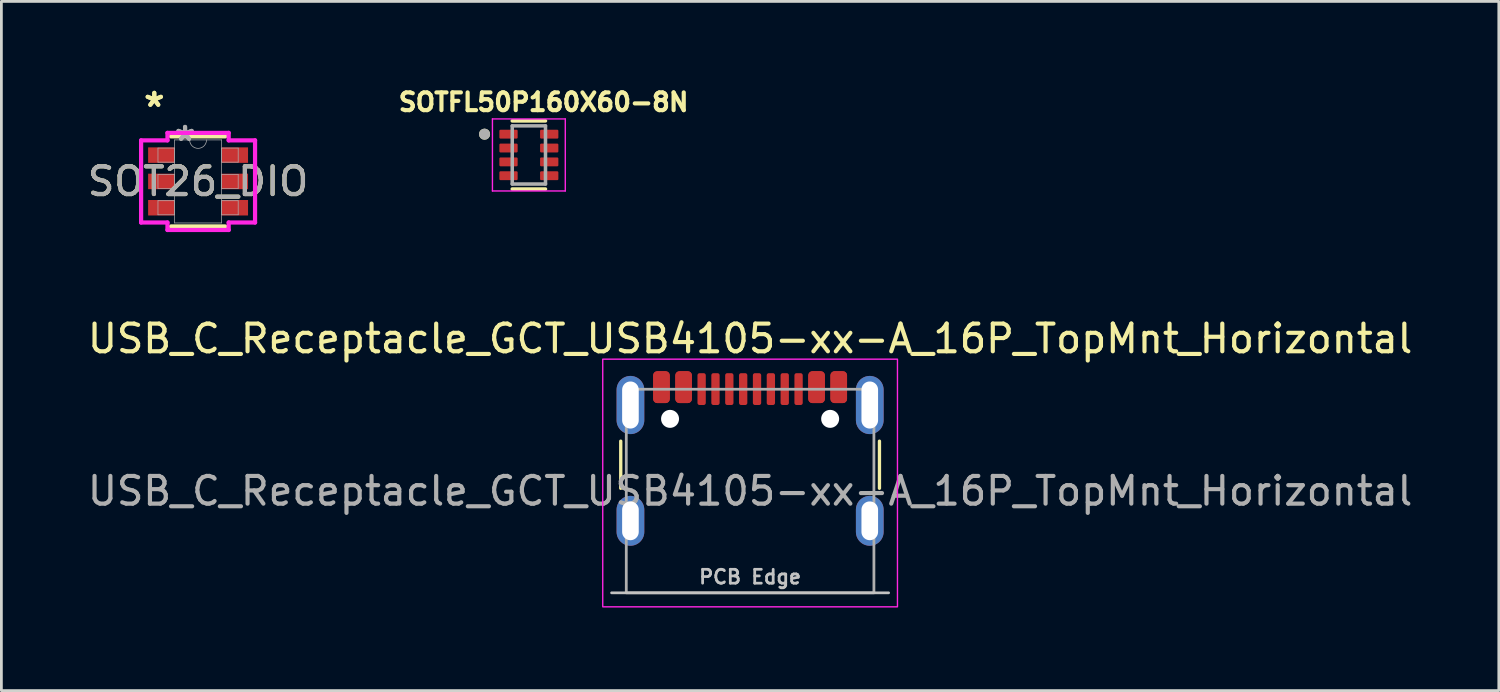
<source format=kicad_pcb>
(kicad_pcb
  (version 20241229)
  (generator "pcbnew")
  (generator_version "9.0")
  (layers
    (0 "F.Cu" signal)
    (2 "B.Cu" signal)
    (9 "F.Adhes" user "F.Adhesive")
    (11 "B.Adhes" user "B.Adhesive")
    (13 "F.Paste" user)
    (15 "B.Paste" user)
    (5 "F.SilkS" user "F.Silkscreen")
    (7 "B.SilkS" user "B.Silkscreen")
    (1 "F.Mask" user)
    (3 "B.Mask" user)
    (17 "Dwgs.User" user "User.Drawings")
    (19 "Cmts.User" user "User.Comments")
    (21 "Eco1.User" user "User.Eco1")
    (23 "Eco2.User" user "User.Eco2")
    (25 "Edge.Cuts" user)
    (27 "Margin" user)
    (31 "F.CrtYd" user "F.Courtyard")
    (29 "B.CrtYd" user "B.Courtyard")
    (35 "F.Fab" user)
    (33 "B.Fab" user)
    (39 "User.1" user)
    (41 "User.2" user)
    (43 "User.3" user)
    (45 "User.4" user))
  (footprint "USB_C_Receptacle_GCT_USB4105-xx-A_16P_TopMnt_Horizontal"
    (layer "F.Cu")
    (at 24.03 14.677)
    (property "Reference" "USB_C_Receptacle_GCT_USB4105-xx-A_16P_TopMnt_Horizontal" (at 0 -5.5 0) (unlocked yes) (layer "F.SilkS") (effects (font (size 1 1) (thickness 0.15))))
    (attr smd)
    (fp_line (start -4.67 -0.1) (end -4.67 -1.8) (stroke (width 0.12) (type solid)) (layer "F.SilkS"))
    (fp_line (start 4.67 -0.1) (end 4.67 -1.8) (stroke (width 0.12) (type solid)) (layer "F.SilkS"))
    (fp_line (start 5 3.675) (end -5 3.675) (stroke (width 0.1) (type solid)) (layer "Dwgs.User"))
    (fp_rect (start -5.32 -4.76) (end 5.32 4.18) (stroke (width 0.05) (type solid)) (fill no) (layer "F.CrtYd"))
    (fp_rect (start -4.47 -3.675) (end 4.47 3.675) (stroke (width 0.1) (type solid)) (fill no) (layer "F.Fab"))
    (fp_text user "PCB Edge" (at 0 3.1 0) (unlocked yes) (layer "Dwgs.User") (effects (font (size 0.5 0.5) (thickness 0.1))))
    (fp_text user "${REFERENCE}" (at 0 0 0) (unlocked yes) (layer "F.Fab") (effects (font (size 1 1) (thickness 0.15))))
    (pad "" np_thru_hole circle (at -2.89 -2.605) (size 0.65 0.65) (drill 0.65) (layers "*.Cu" "*.Mask"))
    (pad "" np_thru_hole circle (at 2.89 -2.605) (size 0.65 0.65) (drill 0.65) (layers "*.Cu" "*.Mask"))
    (pad "A1" smd roundrect (at -3.2 -3.75) (size 0.6 1.15) (layers "F.Cu" "F.Mask" "F.Paste") (roundrect_rratio 0.25))
    (pad "A4" smd roundrect (at -2.4 -3.75) (size 0.6 1.15) (layers "F.Cu" "F.Mask" "F.Paste") (roundrect_rratio 0.25))
    (pad "A5" smd roundrect (at -1.25 -3.68) (size 0.3 1.15) (layers "F.Cu" "F.Mask" "F.Paste") (roundrect_rratio 0.25))
    (pad "A6" smd roundrect (at -0.25 -3.68) (size 0.3 1.15) (layers "F.Cu" "F.Mask" "F.Paste") (roundrect_rratio 0.25))
    (pad "A7" smd roundrect (at 0.25 -3.68) (size 0.3 1.15) (layers "F.Cu" "F.Mask" "F.Paste") (roundrect_rratio 0.25))
    (pad "A8" smd roundrect (at 1.25 -3.68) (size 0.3 1.15) (layers "F.Cu" "F.Mask" "F.Paste") (roundrect_rratio 0.25))
    (pad "A9" smd roundrect (at 2.4 -3.75) (size 0.6 1.15) (layers "F.Cu" "F.Mask" "F.Paste") (roundrect_rratio 0.25))
    (pad "A12" smd roundrect (at 3.2 -3.75) (size 0.6 1.15) (layers "F.Cu" "F.Mask" "F.Paste") (roundrect_rratio 0.25))
    (pad "B1" smd roundrect (at 3.2 -3.75) (size 0.6 1.15) (layers "F.Cu" "F.Mask" "F.Paste") (roundrect_rratio 0.25))
    (pad "B4" smd roundrect (at 2.4 -3.75) (size 0.6 1.15) (layers "F.Cu" "F.Mask" "F.Paste") (roundrect_rratio 0.25))
    (pad "B5" smd roundrect (at 1.75 -3.68) (size 0.3 1.15) (layers "F.Cu" "F.Mask" "F.Paste") (roundrect_rratio 0.25))
    (pad "B6" smd roundrect (at 0.75 -3.68) (size 0.3 1.15) (layers "F.Cu" "F.Mask" "F.Paste") (roundrect_rratio 0.25))
    (pad "B7" smd roundrect (at -0.75 -3.68) (size 0.3 1.15) (layers "F.Cu" "F.Mask" "F.Paste") (roundrect_rratio 0.25))
    (pad "B8" smd roundrect (at -1.75 -3.68) (size 0.3 1.15) (layers "F.Cu" "F.Mask" "F.Paste") (roundrect_rratio 0.25))
    (pad "B9" smd roundrect (at -2.4 -3.75) (size 0.6 1.15) (layers "F.Cu" "F.Mask" "F.Paste") (roundrect_rratio 0.25))
    (pad "B12" smd roundrect (at -3.2 -3.75) (size 0.6 1.15) (layers "F.Cu" "F.Mask" "F.Paste") (roundrect_rratio 0.25))
    (pad "S1" thru_hole oval (at -4.32 -3.105) (size 1 2.1) (drill oval 0.6 1.7) (layers "*.Cu" "*.Mask" "F.Paste"))
    (pad "S1" thru_hole oval (at -4.32 1.075) (size 1 1.8) (drill oval 0.6 1.4) (layers "*.Cu" "*.Mask" "F.Paste"))
    (pad "S1" thru_hole oval (at 4.32 -3.105) (size 1 2.1) (drill oval 0.6 1.7) (layers "*.Cu" "*.Mask" "F.Paste"))
    (pad "S1" thru_hole oval (at 4.32 1.075) (size 1 1.8) (drill oval 0.6 1.4) (layers "*.Cu" "*.Mask" "F.Paste")))
  (footprint "SOTFL50P160X60-8N"
    (layer "F.Cu")
    (at 16.043 2.544)
    (property "Reference" "SOTFL50P160X60-8N" (at 0.532 -1.906 0) (layer "F.SilkS") (effects (font (size 0.64 0.64) (thickness 0.15))))
    (attr smd)
    (fp_line (start -0.6 -1.23) (end 0.6 -1.23) (stroke (width 0.127) (type solid)) (layer "F.SilkS"))
    (fp_line (start -0.6 1.23) (end 0.6 1.23) (stroke (width 0.127) (type solid)) (layer "F.SilkS"))
    (fp_circle (center -1.6 -0.75) (end -1.5 -0.75) (stroke (width 0.2) (type solid)) (fill no) (layer "F.SilkS"))
    (fp_line (start -1.315 -1.3) (end -1.315 1.3) (stroke (width 0.05) (type solid)) (layer "F.CrtYd"))
    (fp_line (start -1.315 1.3) (end 1.315 1.3) (stroke (width 0.05) (type solid)) (layer "F.CrtYd"))
    (fp_line (start 1.315 -1.3) (end -1.315 -1.3) (stroke (width 0.05) (type solid)) (layer "F.CrtYd"))
    (fp_line (start 1.315 1.3) (end 1.315 -1.3) (stroke (width 0.05) (type solid)) (layer "F.CrtYd"))
    (fp_line (start -0.6 -1.05) (end -0.6 1.05) (stroke (width 0.127) (type solid)) (layer "F.Fab"))
    (fp_line (start -0.6 1.05) (end 0.6 1.05) (stroke (width 0.127) (type solid)) (layer "F.Fab"))
    (fp_line (start 0.6 -1.05) (end -0.6 -1.05) (stroke (width 0.127) (type solid)) (layer "F.Fab"))
    (fp_line (start 0.6 1.05) (end 0.6 -1.05) (stroke (width 0.127) (type solid)) (layer "F.Fab"))
    (fp_circle (center -1.6 -0.75) (end -1.5 -0.75) (stroke (width 0.2) (type solid)) (fill no) (layer "F.Fab"))
    (pad "1" smd roundrect (at -0.735 -0.75) (size 0.66 0.32) (layers "F.Cu" "F.Mask" "F.Paste") (roundrect_rratio 0.125))
    (pad "2" smd roundrect (at -0.735 -0.25) (size 0.66 0.32) (layers "F.Cu" "F.Mask" "F.Paste") (roundrect_rratio 0.125))
    (pad "3" smd roundrect (at -0.735 0.25) (size 0.66 0.32) (layers "F.Cu" "F.Mask" "F.Paste") (roundrect_rratio 0.125))
    (pad "4" smd roundrect (at -0.735 0.75) (size 0.66 0.32) (layers "F.Cu" "F.Mask" "F.Paste") (roundrect_rratio 0.125))
    (pad "5" smd roundrect (at 0.735 0.75) (size 0.66 0.32) (layers "F.Cu" "F.Mask" "F.Paste") (roundrect_rratio 0.125))
    (pad "6" smd roundrect (at 0.735 0.25) (size 0.66 0.32) (layers "F.Cu" "F.Mask" "F.Paste") (roundrect_rratio 0.125))
    (pad "7" smd roundrect (at 0.735 -0.25) (size 0.66 0.32) (layers "F.Cu" "F.Mask" "F.Paste") (roundrect_rratio 0.125))
    (pad "8" smd roundrect (at 0.735 -0.75) (size 0.66 0.32) (layers "F.Cu" "F.Mask" "F.Paste") (roundrect_rratio 0.125)))
  (footprint "SOT26_DIO"
    (layer "F.Cu")
    (at 4.101 3.5)
    (property "Reference" "SOT26_DIO" (at 0 0 0) (unlocked yes) (layer "F.SilkS") (effects (font (size 1 1) (thickness 0.15))))
    (attr smd)
    (fp_line (start -0.978 1.626) (end 0.978 1.626) (stroke (width 0.152) (type solid)) (layer "F.SilkS"))
    (fp_line (start 0.978 -1.626) (end -0.978 -1.626) (stroke (width 0.152) (type solid)) (layer "F.SilkS"))
    (fp_line (start -2.057 -1.483) (end -1.105 -1.483) (stroke (width 0.152) (type solid)) (layer "F.CrtYd"))
    (fp_line (start -2.057 1.483) (end -2.057 -1.483) (stroke (width 0.152) (type solid)) (layer "F.CrtYd"))
    (fp_line (start -2.057 1.483) (end -1.105 1.483) (stroke (width 0.152) (type solid)) (layer "F.CrtYd"))
    (fp_line (start -1.105 -1.753) (end 1.105 -1.753) (stroke (width 0.152) (type solid)) (layer "F.CrtYd"))
    (fp_line (start -1.105 -1.483) (end -1.105 -1.753) (stroke (width 0.152) (type solid)) (layer "F.CrtYd"))
    (fp_line (start -1.105 1.753) (end -1.105 1.483) (stroke (width 0.152) (type solid)) (layer "F.CrtYd"))
    (fp_line (start 1.105 -1.753) (end 1.105 -1.483) (stroke (width 0.152) (type solid)) (layer "F.CrtYd"))
    (fp_line (start 1.105 1.483) (end 1.105 1.753) (stroke (width 0.152) (type solid)) (layer "F.CrtYd"))
    (fp_line (start 1.105 1.753) (end -1.105 1.753) (stroke (width 0.152) (type solid)) (layer "F.CrtYd"))
    (fp_line (start 2.057 -1.483) (end 1.105 -1.483) (stroke (width 0.152) (type solid)) (layer "F.CrtYd"))
    (fp_line (start 2.057 -1.483) (end 2.057 1.483) (stroke (width 0.152) (type solid)) (layer "F.CrtYd"))
    (fp_line (start 2.057 1.483) (end 1.105 1.483) (stroke (width 0.152) (type solid)) (layer "F.CrtYd"))
    (fp_line (start -1.448 -1.204) (end -1.448 -0.696) (stroke (width 0.025) (type solid)) (layer "F.Fab"))
    (fp_line (start -1.448 -0.696) (end -0.851 -0.696) (stroke (width 0.025) (type solid)) (layer "F.Fab"))
    (fp_line (start -1.448 -0.254) (end -1.448 0.254) (stroke (width 0.025) (type solid)) (layer "F.Fab"))
    (fp_line (start -1.448 0.254) (end -0.851 0.254) (stroke (width 0.025) (type solid)) (layer "F.Fab"))
    (fp_line (start -1.448 0.696) (end -1.448 1.204) (stroke (width 0.025) (type solid)) (layer "F.Fab"))
    (fp_line (start -1.448 1.204) (end -0.851 1.204) (stroke (width 0.025) (type solid)) (layer "F.Fab"))
    (fp_line (start -0.851 -1.499) (end -0.851 1.499) (stroke (width 0.025) (type solid)) (layer "F.Fab"))
    (fp_line (start -0.851 -1.204) (end -1.448 -1.204) (stroke (width 0.025) (type solid)) (layer "F.Fab"))
    (fp_line (start -0.851 -0.696) (end -0.851 -1.204) (stroke (width 0.025) (type solid)) (layer "F.Fab"))
    (fp_line (start -0.851 -0.254) (end -1.448 -0.254) (stroke (width 0.025) (type solid)) (layer "F.Fab"))
    (fp_line (start -0.851 0.254) (end -0.851 -0.254) (stroke (width 0.025) (type solid)) (layer "F.Fab"))
    (fp_line (start -0.851 0.696) (end -1.448 0.696) (stroke (width 0.025) (type solid)) (layer "F.Fab"))
    (fp_line (start -0.851 1.204) (end -0.851 0.696) (stroke (width 0.025) (type solid)) (layer "F.Fab"))
    (fp_line (start -0.851 1.499) (end 0.851 1.499) (stroke (width 0.025) (type solid)) (layer "F.Fab"))
    (fp_line (start 0.851 -1.499) (end -0.851 -1.499) (stroke (width 0.025) (type solid)) (layer "F.Fab"))
    (fp_line (start 0.851 -1.204) (end 0.851 -0.696) (stroke (width 0.025) (type solid)) (layer "F.Fab"))
    (fp_line (start 0.851 -0.696) (end 1.448 -0.696) (stroke (width 0.025) (type solid)) (layer "F.Fab"))
    (fp_line (start 0.851 -0.254) (end 0.851 0.254) (stroke (width 0.025) (type solid)) (layer "F.Fab"))
    (fp_line (start 0.851 0.254) (end 1.448 0.254) (stroke (width 0.025) (type solid)) (layer "F.Fab"))
    (fp_line (start 0.851 0.696) (end 0.851 1.204) (stroke (width 0.025) (type solid)) (layer "F.Fab"))
    (fp_line (start 0.851 1.204) (end 1.448 1.204) (stroke (width 0.025) (type solid)) (layer "F.Fab"))
    (fp_line (start 0.851 1.499) (end 0.851 -1.499) (stroke (width 0.025) (type solid)) (layer "F.Fab"))
    (fp_line (start 1.448 -1.204) (end 0.851 -1.204) (stroke (width 0.025) (type solid)) (layer "F.Fab"))
    (fp_line (start 1.448 -0.696) (end 1.448 -1.204) (stroke (width 0.025) (type solid)) (layer "F.Fab"))
    (fp_line (start 1.448 -0.254) (end 0.851 -0.254) (stroke (width 0.025) (type solid)) (layer "F.Fab"))
    (fp_line (start 1.448 0.254) (end 1.448 -0.254) (stroke (width 0.025) (type solid)) (layer "F.Fab"))
    (fp_line (start 1.448 0.696) (end 0.851 0.696) (stroke (width 0.025) (type solid)) (layer "F.Fab"))
    (fp_line (start 1.448 1.204) (end 1.448 0.696) (stroke (width 0.025) (type solid)) (layer "F.Fab"))
    (fp_arc (start 0.3048 -1.4986) (mid 0 -1.1938) (end -0.3048 -1.4986) (stroke (width 0.0254) (type solid)) (layer "F.Fab"))
    (fp_text user "*" (at -1.581 -2.652 0) (unlocked yes) (layer "F.SilkS") (effects (font (size 1 1) (thickness 0.15))))
    (fp_text user "*" (at -1.581 -2.652 0) (layer "F.SilkS") (effects (font (size 1 1) (thickness 0.15))))
    (fp_text user "*" (at -0.47 -1.422 0) (unlocked yes) (layer "F.Fab") (effects (font (size 1 1) (thickness 0.15))))
    (fp_text user "*" (at -0.47 -1.422 0) (layer "F.Fab") (effects (font (size 1 1) (thickness 0.15))))
    (fp_text user "${REFERENCE}" (at 0 0 0) (unlocked yes) (layer "F.Fab") (effects (font (size 1 1) (thickness 0.15))))
    (pad "1" smd rect (at -1.327 -0.95) (size 0.953 0.559) (layers "F.Cu" "F.Mask" "F.Paste"))
    (pad "2" smd rect (at -1.327 0) (size 0.953 0.559) (layers "F.Cu" "F.Mask" "F.Paste"))
    (pad "3" smd rect (at -1.327 0.95) (size 0.953 0.559) (layers "F.Cu" "F.Mask" "F.Paste"))
    (pad "4" smd rect (at 1.327 0.95) (size 0.953 0.559) (layers "F.Cu" "F.Mask" "F.Paste"))
    (pad "5" smd rect (at 1.327 0) (size 0.953 0.559) (layers "F.Cu" "F.Mask" "F.Paste"))
    (pad "6" smd rect (at 1.327 -0.95) (size 0.953 0.559) (layers "F.Cu" "F.Mask" "F.Paste")))
  (gr_rect
    (start -3 -3)
    (end 51.06 21.882)
    (stroke (width 0.1) (type default))
    (fill no)
    (layer "Edge.Cuts")))
</source>
